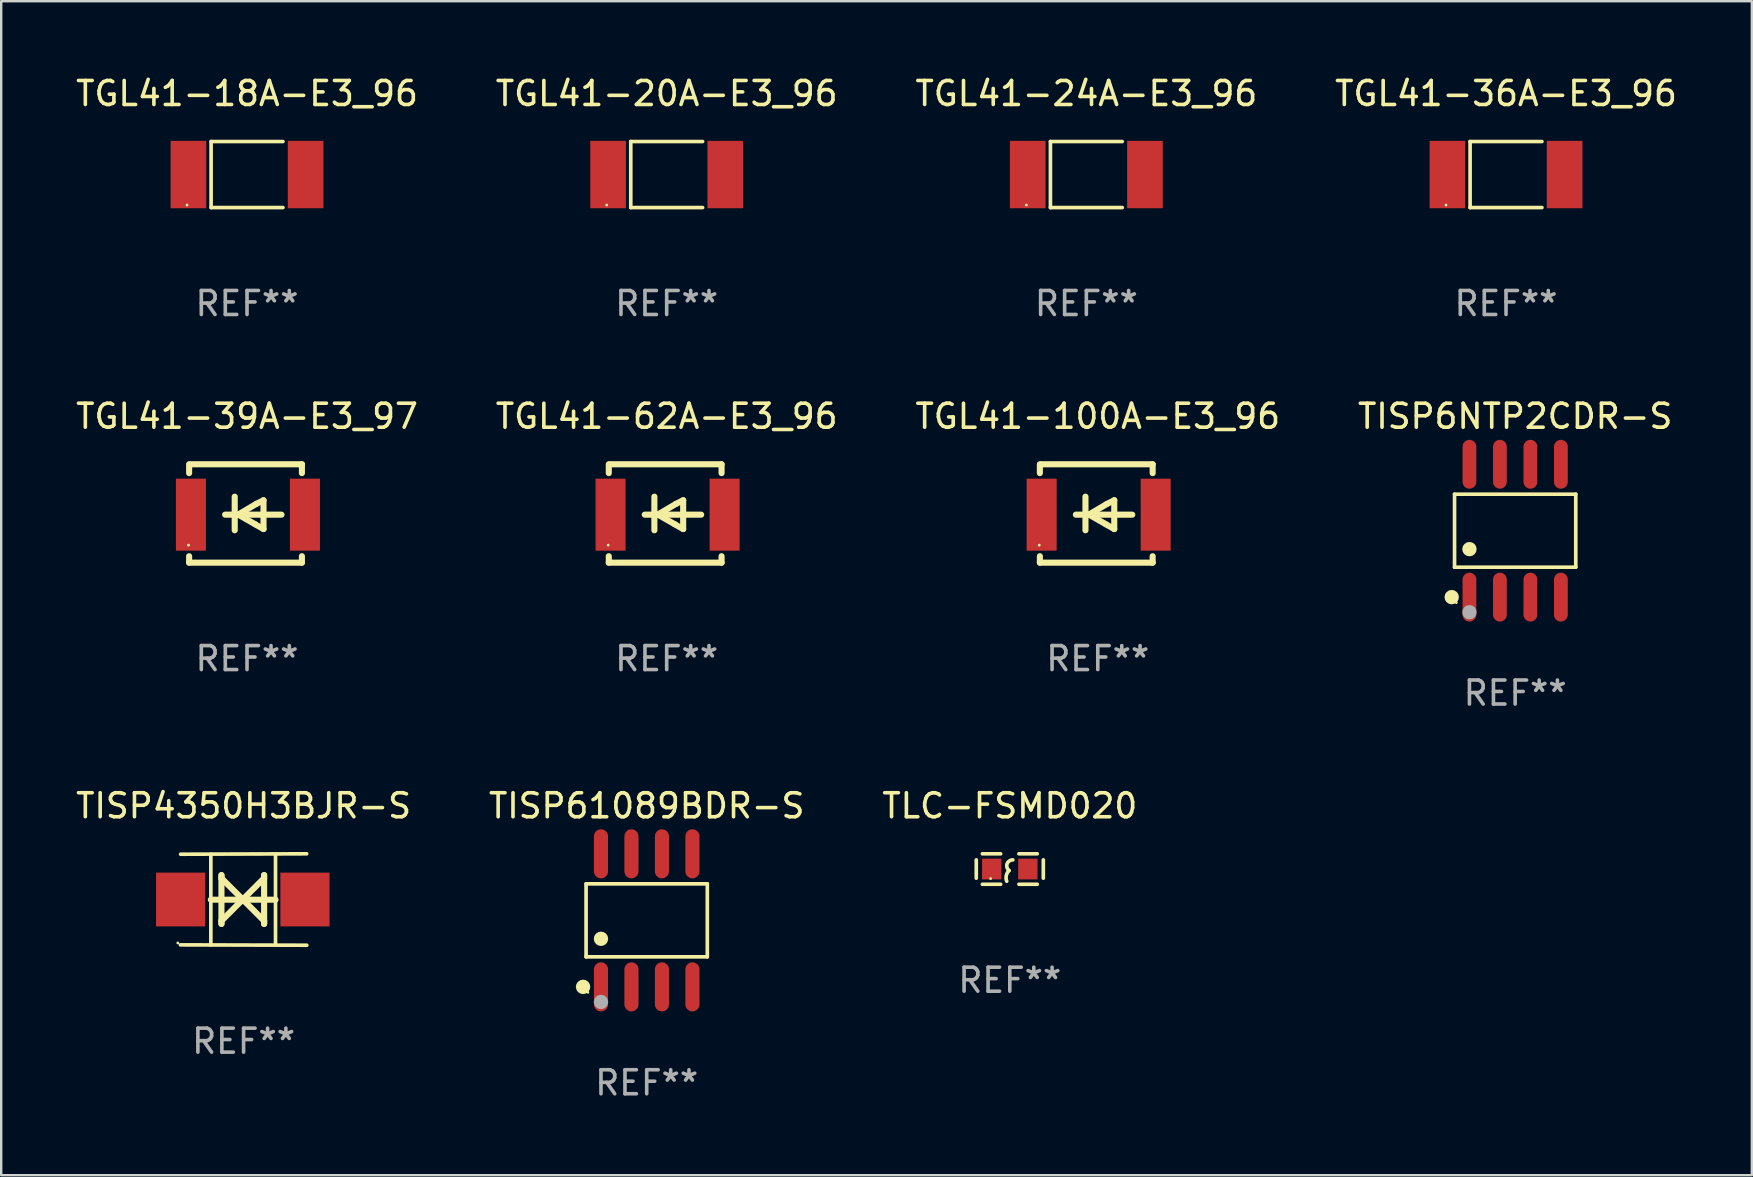
<source format=kicad_pcb>
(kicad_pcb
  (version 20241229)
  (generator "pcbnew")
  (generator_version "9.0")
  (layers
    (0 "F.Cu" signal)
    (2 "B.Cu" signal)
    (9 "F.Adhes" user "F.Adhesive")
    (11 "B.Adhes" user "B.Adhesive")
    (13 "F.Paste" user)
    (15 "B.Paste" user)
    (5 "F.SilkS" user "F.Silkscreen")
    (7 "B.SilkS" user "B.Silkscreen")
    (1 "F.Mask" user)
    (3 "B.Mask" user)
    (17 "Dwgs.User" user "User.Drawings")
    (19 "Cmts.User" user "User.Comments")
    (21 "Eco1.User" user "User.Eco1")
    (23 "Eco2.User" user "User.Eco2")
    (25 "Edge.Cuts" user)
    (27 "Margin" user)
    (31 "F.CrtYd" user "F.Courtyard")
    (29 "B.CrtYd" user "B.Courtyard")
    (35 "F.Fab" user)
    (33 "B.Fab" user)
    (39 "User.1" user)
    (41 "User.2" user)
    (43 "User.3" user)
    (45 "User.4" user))
  (footprint "TGL41-20A-E3_96"
    (layer "F.Cu")
    (at 24.732 4.224)
    (property "Reference" "TGL41-20A-E3_96" (at 0 -3.376 0) (layer "F.SilkS") (effects (font (size 1 1) (thickness 0.15))))
    (attr through_hole)
    (fp_line (start -1.497 -1.376) (end -1.497 1.376) (stroke (width 0.152) (type solid)) (layer "F.SilkS"))
    (fp_line (start -1.497 -1.376) (end 1.497 -1.376) (stroke (width 0.152) (type solid)) (layer "F.SilkS"))
    (fp_line (start -1.497 1.376) (end 1.497 1.376) (stroke (width 0.152) (type solid)) (layer "F.SilkS"))
    (fp_circle (center -2.5 1.27) (end -2.47 1.27) (stroke (width 0.06) (type solid)) (fill no) (layer "F.SilkS"))
    (fp_text user "REF**" (at 0 5.376 0) (layer "F.Fab") (effects (font (size 1 1) (thickness 0.15))))
    (pad "1" smd rect (at -2.442 0 180) (size 1.485 2.808) (layers "F.Cu" "F.Mask" "F.Paste"))
    (pad "2" smd rect (at 2.442 0 180) (size 1.485 2.808) (layers "F.Cu" "F.Mask" "F.Paste")))
  (footprint "TISP61089BDR-S"
    (layer "F.Cu")
    (at 23.899 35.302)
    (property "Reference" "TISP61089BDR-S" (at 0 -4.772 0) (layer "F.SilkS") (effects (font (size 1 1) (thickness 0.15))))
    (attr through_hole)
    (fp_line (start -2.526 -1.521) (end 2.526 -1.521) (stroke (width 0.152) (type solid)) (layer "F.SilkS"))
    (fp_line (start -2.526 1.521) (end -2.526 -1.521) (stroke (width 0.152) (type solid)) (layer "F.SilkS"))
    (fp_line (start 2.526 -1.521) (end 2.526 1.521) (stroke (width 0.152) (type solid)) (layer "F.SilkS"))
    (fp_line (start 2.526 1.521) (end -2.526 1.521) (stroke (width 0.152) (type solid)) (layer "F.SilkS"))
    (fp_circle (center -2.652 2.772) (end -2.501 2.772) (stroke (width 0.3) (type solid)) (fill no) (layer "F.SilkS"))
    (fp_circle (center -2.45 3) (end -2.42 3) (stroke (width 0.06) (type solid)) (fill no) (layer "F.SilkS"))
    (fp_circle (center -1.905 0.769) (end -1.755 0.769) (stroke (width 0.3) (type solid)) (fill no) (layer "F.SilkS"))
    (fp_circle (center -1.905 3.4) (end -1.755 3.4) (stroke (width 0.3) (type solid)) (fill no) (layer "F.Fab"))
    (fp_text user "REF**" (at 0 6.772 0) (layer "F.Fab") (effects (font (size 1 1) (thickness 0.15))))
    (pad "1" smd oval (at -1.905 2.772) (size 0.588 2.045) (layers "F.Cu" "F.Mask" "F.Paste"))
    (pad "2" smd oval (at -0.635 2.772) (size 0.588 2.045) (layers "F.Cu" "F.Mask" "F.Paste"))
    (pad "3" smd oval (at 0.635 2.772) (size 0.588 2.045) (layers "F.Cu" "F.Mask" "F.Paste"))
    (pad "4" smd oval (at 1.905 2.772) (size 0.588 2.045) (layers "F.Cu" "F.Mask" "F.Paste"))
    (pad "5" smd oval (at 1.905 -2.772) (size 0.588 2.045) (layers "F.Cu" "F.Mask" "F.Paste"))
    (pad "6" smd oval (at 0.635 -2.772) (size 0.588 2.045) (layers "F.Cu" "F.Mask" "F.Paste"))
    (pad "7" smd oval (at -0.635 -2.772) (size 0.588 2.045) (layers "F.Cu" "F.Mask" "F.Paste"))
    (pad "8" smd oval (at -1.905 -2.772) (size 0.588 2.045) (layers "F.Cu" "F.Mask" "F.Paste")))
  (footprint "TGL41-18A-E3_96"
    (layer "F.Cu")
    (at 7.244 4.224)
    (property "Reference" "TGL41-18A-E3_96" (at 0 -3.376 0) (layer "F.SilkS") (effects (font (size 1 1) (thickness 0.15))))
    (attr through_hole)
    (fp_line (start -1.497 -1.376) (end -1.497 1.376) (stroke (width 0.152) (type solid)) (layer "F.SilkS"))
    (fp_line (start -1.497 -1.376) (end 1.497 -1.376) (stroke (width 0.152) (type solid)) (layer "F.SilkS"))
    (fp_line (start -1.497 1.376) (end 1.497 1.376) (stroke (width 0.152) (type solid)) (layer "F.SilkS"))
    (fp_circle (center -2.5 1.27) (end -2.47 1.27) (stroke (width 0.06) (type solid)) (fill no) (layer "F.SilkS"))
    (fp_text user "REF**" (at 0 5.376 0) (layer "F.Fab") (effects (font (size 1 1) (thickness 0.15))))
    (pad "1" smd rect (at -2.442 0 180) (size 1.485 2.808) (layers "F.Cu" "F.Mask" "F.Paste"))
    (pad "2" smd rect (at 2.442 0 180) (size 1.485 2.808) (layers "F.Cu" "F.Mask" "F.Paste")))
  (footprint "TGL41-24A-E3_96"
    (layer "F.Cu")
    (at 42.22 4.224)
    (property "Reference" "TGL41-24A-E3_96" (at 0 -3.376 0) (layer "F.SilkS") (effects (font (size 1 1) (thickness 0.15))))
    (attr through_hole)
    (fp_line (start -1.497 -1.376) (end -1.497 1.376) (stroke (width 0.152) (type solid)) (layer "F.SilkS"))
    (fp_line (start -1.497 -1.376) (end 1.497 -1.376) (stroke (width 0.152) (type solid)) (layer "F.SilkS"))
    (fp_line (start -1.497 1.376) (end 1.497 1.376) (stroke (width 0.152) (type solid)) (layer "F.SilkS"))
    (fp_circle (center -2.5 1.27) (end -2.47 1.27) (stroke (width 0.06) (type solid)) (fill no) (layer "F.SilkS"))
    (fp_text user "REF**" (at 0 5.376 0) (layer "F.Fab") (effects (font (size 1 1) (thickness 0.15))))
    (pad "1" smd rect (at -2.442 0 180) (size 1.485 2.808) (layers "F.Cu" "F.Mask" "F.Paste"))
    (pad "2" smd rect (at 2.442 0 180) (size 1.485 2.808) (layers "F.Cu" "F.Mask" "F.Paste")))
  (footprint "TGL41-36A-E3_96"
    (layer "F.Cu")
    (at 59.708 4.224)
    (property "Reference" "TGL41-36A-E3_96" (at 0 -3.376 0) (layer "F.SilkS") (effects (font (size 1 1) (thickness 0.15))))
    (attr through_hole)
    (fp_line (start -1.497 -1.376) (end -1.497 1.376) (stroke (width 0.152) (type solid)) (layer "F.SilkS"))
    (fp_line (start -1.497 -1.376) (end 1.497 -1.376) (stroke (width 0.152) (type solid)) (layer "F.SilkS"))
    (fp_line (start -1.497 1.376) (end 1.497 1.376) (stroke (width 0.152) (type solid)) (layer "F.SilkS"))
    (fp_circle (center -2.5 1.27) (end -2.47 1.27) (stroke (width 0.06) (type solid)) (fill no) (layer "F.SilkS"))
    (fp_text user "REF**" (at 0 5.376 0) (layer "F.Fab") (effects (font (size 1 1) (thickness 0.15))))
    (pad "1" smd rect (at -2.442 0 180) (size 1.485 2.808) (layers "F.Cu" "F.Mask" "F.Paste"))
    (pad "2" smd rect (at 2.442 0 180) (size 1.485 2.808) (layers "F.Cu" "F.Mask" "F.Paste")))
  (footprint "TGL41-62A-E3_96"
    (layer "F.Cu")
    (at 24.732 18.347)
    (property "Reference" "TGL41-62A-E3_96" (at 0 -4.05 0) (layer "F.SilkS") (effects (font (size 1 1) (thickness 0.15))))
    (attr through_hole)
    (fp_line (start -2.413 -1.681) (end -2.413 -2.05) (stroke (width 0.254) (type solid)) (layer "F.SilkS"))
    (fp_line (start -2.413 2.05) (end -2.413 1.781) (stroke (width 0.254) (type solid)) (layer "F.SilkS"))
    (fp_line (start -2.363 -2.05) (end 2.287 -2.05) (stroke (width 0.254) (type solid)) (layer "F.SilkS"))
    (fp_line (start -0.913 0.05) (end 1.437 0.05) (stroke (width 0.254) (type solid)) (layer "F.SilkS"))
    (fp_line (start -0.513 -0.7) (end -0.513 0.7) (stroke (width 0.254) (type solid)) (layer "F.SilkS"))
    (fp_line (start 0.337 0.45) (end -0.364 0.05) (stroke (width 0.254) (type solid)) (layer "F.SilkS"))
    (fp_line (start 0.387 -0.4) (end -0.377 0.05) (stroke (width 0.254) (type solid)) (layer "F.SilkS"))
    (fp_line (start 0.687 -0.55) (end 0.387 -0.4) (stroke (width 0.254) (type solid)) (layer "F.SilkS"))
    (fp_line (start 0.687 -0.55) (end 0.687 0.65) (stroke (width 0.254) (type solid)) (layer "F.SilkS"))
    (fp_line (start 0.687 0.65) (end 0.337 0.45) (stroke (width 0.254) (type solid)) (layer "F.SilkS"))
    (fp_line (start 2.287 -2.05) (end 2.287 -1.681) (stroke (width 0.254) (type solid)) (layer "F.SilkS"))
    (fp_line (start 2.287 1.781) (end 2.287 2.05) (stroke (width 0.254) (type solid)) (layer "F.SilkS"))
    (fp_line (start 2.287 2.05) (end -2.413 2.05) (stroke (width 0.254) (type solid)) (layer "F.SilkS"))
    (fp_circle (center -2.438 1.32) (end -2.408 1.32) (stroke (width 0.06) (type solid)) (fill no) (layer "F.SilkS"))
    (fp_text user "REF**" (at 0 6.05 0) (layer "F.Fab") (effects (font (size 1 1) (thickness 0.15))))
    (pad "1" smd rect (at -2.339 0.05) (size 1.25 3) (layers "F.Cu" "F.Mask" "F.Paste"))
    (pad "2" smd rect (at 2.413 0.05) (size 1.25 3) (layers "F.Cu" "F.Mask" "F.Paste")))
  (footprint "TISP4350H3BJR-S"
    (layer "F.Cu")
    (at 7.101 34.434)
    (property "Reference" "TISP4350H3BJR-S" (at 0 -3.905 0) (layer "F.SilkS") (effects (font (size 1 1) (thickness 0.15))))
    (attr through_hole)
    (fp_line (start -1.365 1.886) (end -1.365 -1.886) (stroke (width 0.152) (type solid)) (layer "F.SilkS"))
    (fp_line (start -1.365 0.008) (end 1.33 0.008) (stroke (width 0.254) (type solid)) (layer "F.SilkS"))
    (fp_line (start -0.923 -1.016) (end -0.923 1.016) (stroke (width 0.254) (type solid)) (layer "F.SilkS"))
    (fp_line (start -0.923 -0.889) (end -0.923 -1.016) (stroke (width 0.254) (type solid)) (layer "F.SilkS"))
    (fp_line (start -0.923 0.889) (end -0.034 0) (stroke (width 0.254) (type solid)) (layer "F.SilkS"))
    (fp_line (start -0.923 1.016) (end -0.923 0.889) (stroke (width 0.254) (type solid)) (layer "F.SilkS"))
    (fp_line (start -0.034 0) (end -0.923 -0.889) (stroke (width 0.254) (type solid)) (layer "F.SilkS"))
    (fp_line (start -0.034 0) (end 0.855 0.889) (stroke (width 0.254) (type solid)) (layer "F.SilkS"))
    (fp_line (start 0.855 -1.016) (end 0.855 -0.889) (stroke (width 0.254) (type solid)) (layer "F.SilkS"))
    (fp_line (start 0.855 -0.889) (end -0.034 0) (stroke (width 0.254) (type solid)) (layer "F.SilkS"))
    (fp_line (start 0.855 0.889) (end 0.855 1.016) (stroke (width 0.254) (type solid)) (layer "F.SilkS"))
    (fp_line (start 0.855 1.016) (end 0.855 -1.016) (stroke (width 0.254) (type solid)) (layer "F.SilkS"))
    (fp_line (start 1.33 1.886) (end 1.33 -1.886) (stroke (width 0.152) (type solid)) (layer "F.SilkS"))
    (fp_line (start 2.629 -1.905) (end -2.625 -1.887) (stroke (width 0.152) (type solid)) (layer "F.SilkS"))
    (fp_line (start 2.633 1.905) (end -2.633 1.89) (stroke (width 0.152) (type solid)) (layer "F.SilkS"))
    (fp_circle (center -2.741 1.81) (end -2.711 1.81) (stroke (width 0.06) (type solid)) (fill no) (layer "F.SilkS"))
    (fp_text user "REF**" (at 0 5.905 0) (layer "F.Fab") (effects (font (size 1 1) (thickness 0.15))))
    (pad "1" smd rect (at -2.625 0) (size 2.047 2.241) (layers "F.Cu" "F.Mask" "F.Paste"))
    (pad "2" smd rect (at 2.557 0) (size 2.047 2.241) (layers "F.Cu" "F.Mask" "F.Paste")))
  (footprint "TLC-FSMD020"
    (layer "F.Cu")
    (at 39.03 33.164)
    (property "Reference" "TLC-FSMD020" (at 0 -2.635 0) (layer "F.SilkS") (effects (font (size 1 1) (thickness 0.15))))
    (attr through_hole)
    (fp_line (start -1.397 -0.381) (end -1.397 0.381) (stroke (width 0.152) (type solid)) (layer "F.SilkS"))
    (fp_line (start -0.381 -0.635) (end -1.143 -0.635) (stroke (width 0.152) (type solid)) (layer "F.SilkS"))
    (fp_line (start -0.381 0.635) (end -1.143 0.635) (stroke (width 0.152) (type solid)) (layer "F.SilkS"))
    (fp_line (start 0.381 -0.635) (end 1.143 -0.635) (stroke (width 0.152) (type solid)) (layer "F.SilkS"))
    (fp_line (start 0.381 0.635) (end 1.143 0.635) (stroke (width 0.152) (type solid)) (layer "F.SilkS"))
    (fp_line (start 1.397 -0.381) (end 1.397 0.381) (stroke (width 0.152) (type solid)) (layer "F.SilkS"))
    (fp_arc (start -0.127 0.508001) (mid -0.146523 0.271131) (end -0.030861 0.0635) (stroke (width 0.151994) (type solid)) (layer "F.SilkS"))
    (fp_arc (start -0.03175 0.0635) (mid -0.113571 -0.216321) (end 0.127001 -0.381002) (stroke (width 0.151994) (type solid)) (layer "F.SilkS"))
    (fp_circle (center -0.8 0.4) (end -0.77 0.4) (stroke (width 0.06) (type solid)) (fill no) (layer "F.SilkS"))
    (fp_text user "REF**" (at 0 4.635 0) (layer "F.Fab") (effects (font (size 1 1) (thickness 0.15))))
    (pad "1" smd rect (at -0.753 0) (size 0.806 0.864) (layers "F.Cu" "F.Mask" "F.Paste"))
    (pad "2" smd rect (at 0.753 0) (size 0.806 0.864) (layers "F.Cu" "F.Mask" "F.Paste")))
  (footprint "TGL41-39A-E3_97"
    (layer "F.Cu")
    (at 7.244 18.347)
    (property "Reference" "TGL41-39A-E3_97" (at 0 -4.05 0) (layer "F.SilkS") (effects (font (size 1 1) (thickness 0.15))))
    (attr through_hole)
    (fp_line (start -2.413 -1.681) (end -2.413 -2.05) (stroke (width 0.254) (type solid)) (layer "F.SilkS"))
    (fp_line (start -2.413 2.05) (end -2.413 1.781) (stroke (width 0.254) (type solid)) (layer "F.SilkS"))
    (fp_line (start -2.363 -2.05) (end 2.287 -2.05) (stroke (width 0.254) (type solid)) (layer "F.SilkS"))
    (fp_line (start -0.913 0.05) (end 1.437 0.05) (stroke (width 0.254) (type solid)) (layer "F.SilkS"))
    (fp_line (start -0.513 -0.7) (end -0.513 0.7) (stroke (width 0.254) (type solid)) (layer "F.SilkS"))
    (fp_line (start 0.337 0.45) (end -0.364 0.05) (stroke (width 0.254) (type solid)) (layer "F.SilkS"))
    (fp_line (start 0.387 -0.4) (end -0.377 0.05) (stroke (width 0.254) (type solid)) (layer "F.SilkS"))
    (fp_line (start 0.687 -0.55) (end 0.387 -0.4) (stroke (width 0.254) (type solid)) (layer "F.SilkS"))
    (fp_line (start 0.687 -0.55) (end 0.687 0.65) (stroke (width 0.254) (type solid)) (layer "F.SilkS"))
    (fp_line (start 0.687 0.65) (end 0.337 0.45) (stroke (width 0.254) (type solid)) (layer "F.SilkS"))
    (fp_line (start 2.287 -2.05) (end 2.287 -1.681) (stroke (width 0.254) (type solid)) (layer "F.SilkS"))
    (fp_line (start 2.287 1.781) (end 2.287 2.05) (stroke (width 0.254) (type solid)) (layer "F.SilkS"))
    (fp_line (start 2.287 2.05) (end -2.413 2.05) (stroke (width 0.254) (type solid)) (layer "F.SilkS"))
    (fp_circle (center -2.438 1.32) (end -2.408 1.32) (stroke (width 0.06) (type solid)) (fill no) (layer "F.SilkS"))
    (fp_text user "REF**" (at 0 6.05 0) (layer "F.Fab") (effects (font (size 1 1) (thickness 0.15))))
    (pad "1" smd rect (at -2.339 0.05) (size 1.25 3) (layers "F.Cu" "F.Mask" "F.Paste"))
    (pad "2" smd rect (at 2.413 0.05) (size 1.25 3) (layers "F.Cu" "F.Mask" "F.Paste")))
  (footprint "TISP6NTP2CDR-S"
    (layer "F.Cu")
    (at 60.089 19.065)
    (property "Reference" "TISP6NTP2CDR-S" (at 0 -4.768 0) (layer "F.SilkS") (effects (font (size 1 1) (thickness 0.15))))
    (attr through_hole)
    (fp_line (start -2.526 -1.521) (end 2.526 -1.521) (stroke (width 0.152) (type solid)) (layer "F.SilkS"))
    (fp_line (start -2.526 1.521) (end -2.526 -1.521) (stroke (width 0.152) (type solid)) (layer "F.SilkS"))
    (fp_line (start 2.526 -1.521) (end 2.526 1.521) (stroke (width 0.152) (type solid)) (layer "F.SilkS"))
    (fp_line (start 2.526 1.521) (end -2.526 1.521) (stroke (width 0.152) (type solid)) (layer "F.SilkS"))
    (fp_circle (center -2.644 2.768) (end -2.494 2.768) (stroke (width 0.3) (type solid)) (fill no) (layer "F.SilkS"))
    (fp_circle (center -2.45 2.998) (end -2.42 2.998) (stroke (width 0.06) (type solid)) (fill no) (layer "F.SilkS"))
    (fp_circle (center -1.905 0.769) (end -1.755 0.769) (stroke (width 0.3) (type solid)) (fill no) (layer "F.SilkS"))
    (fp_circle (center -1.905 3.398) (end -1.755 3.398) (stroke (width 0.3) (type solid)) (fill no) (layer "F.Fab"))
    (fp_text user "REF**" (at 0 6.768 0) (layer "F.Fab") (effects (font (size 1 1) (thickness 0.15))))
    (pad "1" smd oval (at -1.905 2.768) (size 0.574 2.036) (layers "F.Cu" "F.Mask" "F.Paste"))
    (pad "2" smd oval (at -0.635 2.768) (size 0.574 2.036) (layers "F.Cu" "F.Mask" "F.Paste"))
    (pad "3" smd oval (at 0.635 2.768) (size 0.574 2.036) (layers "F.Cu" "F.Mask" "F.Paste"))
    (pad "4" smd oval (at 1.905 2.768) (size 0.574 2.036) (layers "F.Cu" "F.Mask" "F.Paste"))
    (pad "5" smd oval (at 1.905 -2.768) (size 0.574 2.036) (layers "F.Cu" "F.Mask" "F.Paste"))
    (pad "6" smd oval (at 0.635 -2.768) (size 0.574 2.036) (layers "F.Cu" "F.Mask" "F.Paste"))
    (pad "7" smd oval (at -0.635 -2.768) (size 0.574 2.036) (layers "F.Cu" "F.Mask" "F.Paste"))
    (pad "8" smd oval (at -1.905 -2.768) (size 0.574 2.036) (layers "F.Cu" "F.Mask" "F.Paste")))
  (footprint "TGL41-100A-E3_96"
    (layer "F.Cu")
    (at 42.696 18.347)
    (property "Reference" "TGL41-100A-E3_96" (at 0 -4.05 0) (layer "F.SilkS") (effects (font (size 1 1) (thickness 0.15))))
    (attr through_hole)
    (fp_line (start -2.413 -1.681) (end -2.413 -2.05) (stroke (width 0.254) (type solid)) (layer "F.SilkS"))
    (fp_line (start -2.413 2.05) (end -2.413 1.781) (stroke (width 0.254) (type solid)) (layer "F.SilkS"))
    (fp_line (start -2.363 -2.05) (end 2.287 -2.05) (stroke (width 0.254) (type solid)) (layer "F.SilkS"))
    (fp_line (start -0.913 0.05) (end 1.437 0.05) (stroke (width 0.254) (type solid)) (layer "F.SilkS"))
    (fp_line (start -0.513 -0.7) (end -0.513 0.7) (stroke (width 0.254) (type solid)) (layer "F.SilkS"))
    (fp_line (start 0.337 0.45) (end -0.364 0.05) (stroke (width 0.254) (type solid)) (layer "F.SilkS"))
    (fp_line (start 0.387 -0.4) (end -0.377 0.05) (stroke (width 0.254) (type solid)) (layer "F.SilkS"))
    (fp_line (start 0.687 -0.55) (end 0.387 -0.4) (stroke (width 0.254) (type solid)) (layer "F.SilkS"))
    (fp_line (start 0.687 -0.55) (end 0.687 0.65) (stroke (width 0.254) (type solid)) (layer "F.SilkS"))
    (fp_line (start 0.687 0.65) (end 0.337 0.45) (stroke (width 0.254) (type solid)) (layer "F.SilkS"))
    (fp_line (start 2.287 -2.05) (end 2.287 -1.681) (stroke (width 0.254) (type solid)) (layer "F.SilkS"))
    (fp_line (start 2.287 1.781) (end 2.287 2.05) (stroke (width 0.254) (type solid)) (layer "F.SilkS"))
    (fp_line (start 2.287 2.05) (end -2.413 2.05) (stroke (width 0.254) (type solid)) (layer "F.SilkS"))
    (fp_circle (center -2.438 1.32) (end -2.408 1.32) (stroke (width 0.06) (type solid)) (fill no) (layer "F.SilkS"))
    (fp_text user "REF**" (at 0 6.05 0) (layer "F.Fab") (effects (font (size 1 1) (thickness 0.15))))
    (pad "1" smd rect (at -2.339 0.05) (size 1.25 3) (layers "F.Cu" "F.Mask" "F.Paste"))
    (pad "2" smd rect (at 2.413 0.05) (size 1.25 3) (layers "F.Cu" "F.Mask" "F.Paste")))
  (gr_rect
    (start -3 -3)
    (end 69.952 45.922)
    (stroke (width 0.1) (type default))
    (fill no)
    (layer "Edge.Cuts")))
</source>
